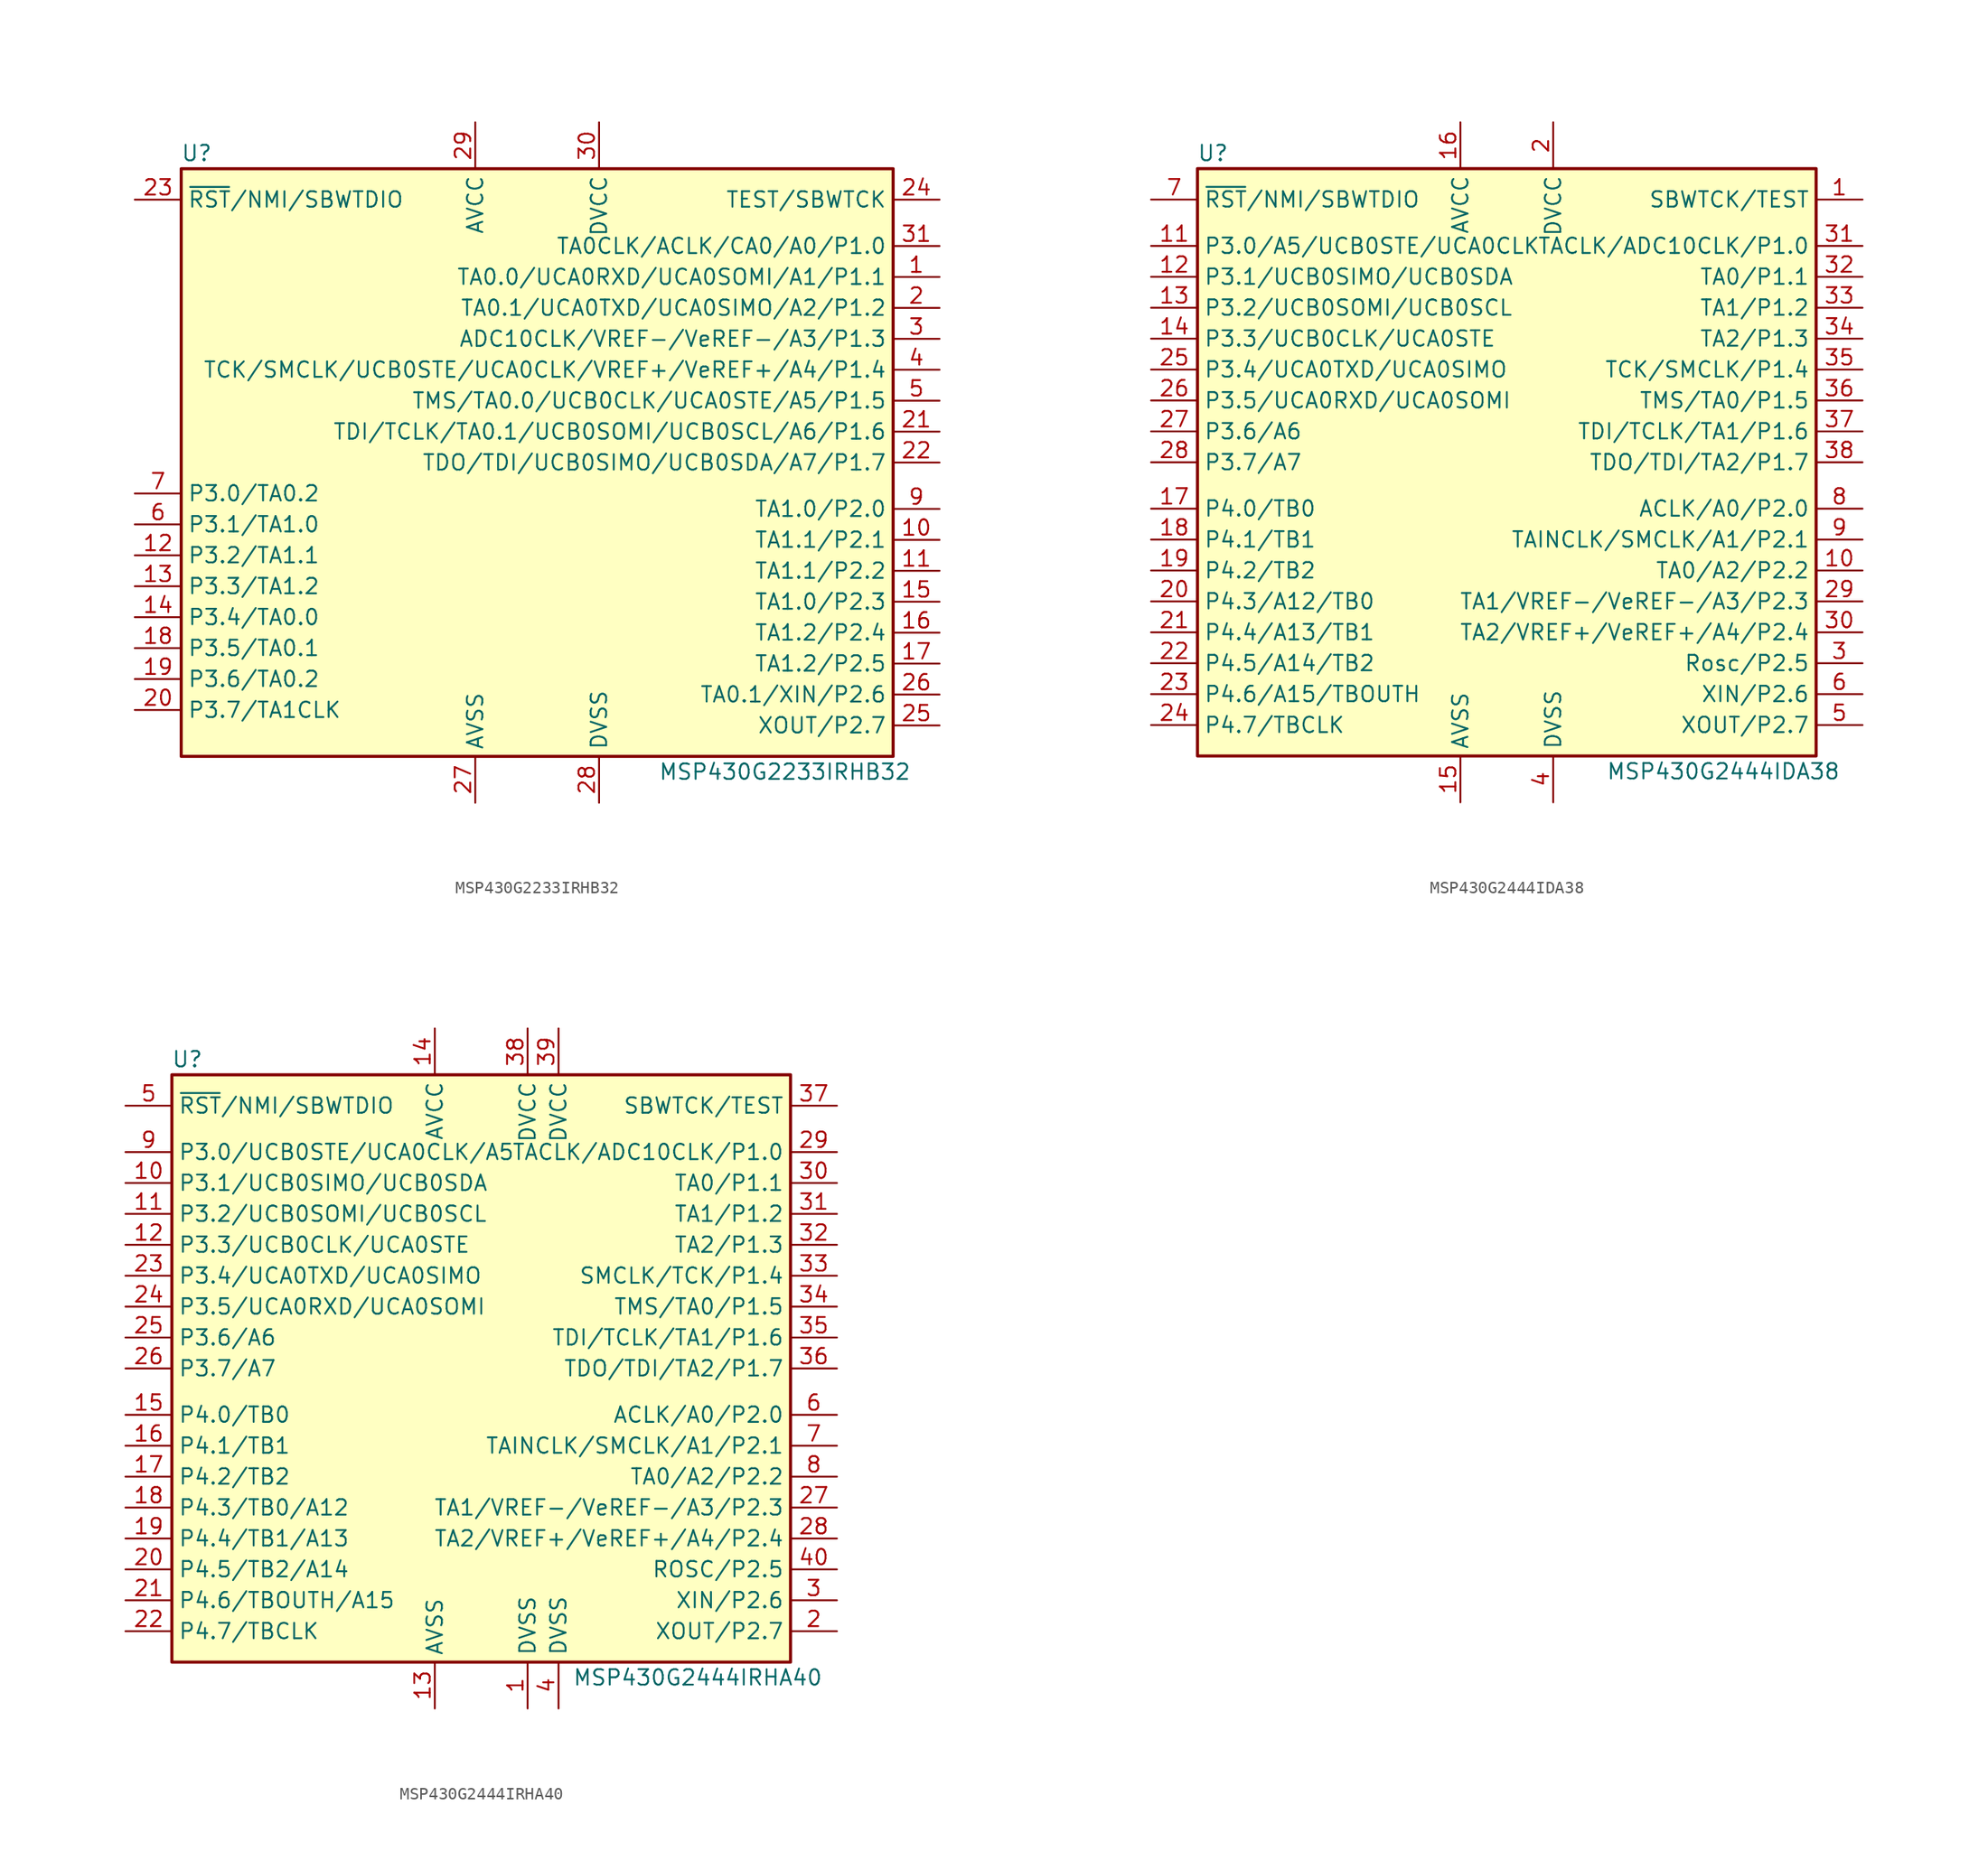
<source format=kicad_sym>
(kicad_symbol_lib
  (version 20241209)
  (generator "kicad_symbol_editor")
  (generator_version "9.0")
  (symbol "MSP430G2233IRHB32"
    (property "Reference" "U"
      (at -27.94 25.4 0)
      (effects (font (size 1.27 1.27))))
    (property "Value" "MSP430G2233IRHB32"
      (at 20.32 -25.4 0)
      (effects (font (size 1.27 1.27))))
    (symbol "MSP430G2233IRHB32_0_1"
      (rectangle (start -29.21 24.13) (end 29.21 -24.13) (stroke (width 0.254) (type default)) (fill (type background))))
    (symbol "MSP430G2233IRHB32_1_1"
      (pin input line (at -33.02 21.59 0) (length 3.81) (name "~{RST}/NMI/SBWTDIO" (effects (font (size 1.27 1.27)))) (number "23" (effects (font (size 1.27 1.27)))))
      (pin bidirectional line (at -33.02 -2.54 0) (length 3.81) (name "P3.0/TA0.2" (effects (font (size 1.27 1.27)))) (number "7" (effects (font (size 1.27 1.27)))))
      (pin bidirectional line (at -33.02 -5.08 0) (length 3.81) (name "P3.1/TA1.0" (effects (font (size 1.27 1.27)))) (number "6" (effects (font (size 1.27 1.27)))))
      (pin bidirectional line (at -33.02 -7.62 0) (length 3.81) (name "P3.2/TA1.1" (effects (font (size 1.27 1.27)))) (number "12" (effects (font (size 1.27 1.27)))))
      (pin bidirectional line (at -33.02 -10.16 0) (length 3.81) (name "P3.3/TA1.2" (effects (font (size 1.27 1.27)))) (number "13" (effects (font (size 1.27 1.27)))))
      (pin bidirectional line (at -33.02 -12.7 0) (length 3.81) (name "P3.4/TA0.0" (effects (font (size 1.27 1.27)))) (number "14" (effects (font (size 1.27 1.27)))))
      (pin bidirectional line (at -33.02 -15.24 0) (length 3.81) (name "P3.5/TA0.1" (effects (font (size 1.27 1.27)))) (number "18" (effects (font (size 1.27 1.27)))))
      (pin bidirectional line (at -33.02 -17.78 0) (length 3.81) (name "P3.6/TA0.2" (effects (font (size 1.27 1.27)))) (number "19" (effects (font (size 1.27 1.27)))))
      (pin bidirectional line (at -33.02 -20.32 0) (length 3.81) (name "P3.7/TA1CLK" (effects (font (size 1.27 1.27)))) (number "20" (effects (font (size 1.27 1.27)))))
      (pin power_in line (at -5.08 27.94 270) (length 3.81) (name "AVCC" (effects (font (size 1.27 1.27)))) (number "29" (effects (font (size 1.27 1.27)))))
      (pin power_in line (at -5.08 -27.94 90) (length 3.81) (name "AVSS" (effects (font (size 1.27 1.27)))) (number "27" (effects (font (size 1.27 1.27)))))
      (pin power_in line (at 5.08 27.94 270) (length 3.81) (name "DVCC" (effects (font (size 1.27 1.27)))) (number "30" (effects (font (size 1.27 1.27)))))
      (pin power_in line (at 5.08 -27.94 90) (length 3.81) (name "DVSS" (effects (font (size 1.27 1.27)))) (number "28" (effects (font (size 1.27 1.27)))))
      (pin input line (at 33.02 21.59 180) (length 3.81) (name "TEST/SBWTCK" (effects (font (size 1.27 1.27)))) (number "24" (effects (font (size 1.27 1.27)))))
      (pin bidirectional line (at 33.02 17.78 180) (length 3.81) (name "TA0CLK/ACLK/CA0/A0/P1.0" (effects (font (size 1.27 1.27)))) (number "31" (effects (font (size 1.27 1.27)))))
      (pin bidirectional line (at 33.02 15.24 180) (length 3.81) (name "TA0.0/UCA0RXD/UCA0SOMI/A1/P1.1" (effects (font (size 1.27 1.27)))) (number "1" (effects (font (size 1.27 1.27)))))
      (pin bidirectional line (at 33.02 12.7 180) (length 3.81) (name "TA0.1/UCA0TXD/UCA0SIMO/A2/P1.2" (effects (font (size 1.27 1.27)))) (number "2" (effects (font (size 1.27 1.27)))))
      (pin bidirectional line (at 33.02 10.16 180) (length 3.81) (name "ADC10CLK/VREF-/VeREF-/A3/P1.3" (effects (font (size 1.27 1.27)))) (number "3" (effects (font (size 1.27 1.27)))))
      (pin bidirectional line (at 33.02 7.62 180) (length 3.81) (name "TCK/SMCLK/UCB0STE/UCA0CLK/VREF+/VeREF+/A4/P1.4" (effects (font (size 1.27 1.27)))) (number "4" (effects (font (size 1.27 1.27)))))
      (pin bidirectional line (at 33.02 5.08 180) (length 3.81) (name "TMS/TA0.0/UCB0CLK/UCA0STE/A5/P1.5" (effects (font (size 1.27 1.27)))) (number "5" (effects (font (size 1.27 1.27)))))
      (pin bidirectional line (at 33.02 2.54 180) (length 3.81) (name "TDI/TCLK/TA0.1/UCB0SOMI/UCB0SCL/A6/P1.6" (effects (font (size 1.27 1.27)))) (number "21" (effects (font (size 1.27 1.27)))))
      (pin bidirectional line (at 33.02 0 180) (length 3.81) (name "TDO/TDI/UCB0SIMO/UCB0SDA/A7/P1.7" (effects (font (size 1.27 1.27)))) (number "22" (effects (font (size 1.27 1.27)))))
      (pin bidirectional line (at 33.02 -3.81 180) (length 3.81) (name "TA1.0/P2.0" (effects (font (size 1.27 1.27)))) (number "9" (effects (font (size 1.27 1.27)))))
      (pin bidirectional line (at 33.02 -6.35 180) (length 3.81) (name "TA1.1/P2.1" (effects (font (size 1.27 1.27)))) (number "10" (effects (font (size 1.27 1.27)))))
      (pin bidirectional line (at 33.02 -8.89 180) (length 3.81) (name "TA1.1/P2.2" (effects (font (size 1.27 1.27)))) (number "11" (effects (font (size 1.27 1.27)))))
      (pin bidirectional line (at 33.02 -11.43 180) (length 3.81) (name "TA1.0/P2.3" (effects (font (size 1.27 1.27)))) (number "15" (effects (font (size 1.27 1.27)))))
      (pin bidirectional line (at 33.02 -13.97 180) (length 3.81) (name "TA1.2/P2.4" (effects (font (size 1.27 1.27)))) (number "16" (effects (font (size 1.27 1.27)))))
      (pin bidirectional line (at 33.02 -16.51 180) (length 3.81) (name "TA1.2/P2.5" (effects (font (size 1.27 1.27)))) (number "17" (effects (font (size 1.27 1.27)))))
      (pin bidirectional line (at 33.02 -19.05 180) (length 3.81) (name "TA0.1/XIN/P2.6" (effects (font (size 1.27 1.27)))) (number "26" (effects (font (size 1.27 1.27)))))
      (pin bidirectional line (at 33.02 -21.59 180) (length 3.81) (name "XOUT/P2.7" (effects (font (size 1.27 1.27)))) (number "25" (effects (font (size 1.27 1.27)))))))
  (symbol "MSP430G2444IDA38"
    (property "Reference" "U"
      (at -24.13 25.4 0)
      (effects (font (size 1.27 1.27))))
    (property "Value" "MSP430G2444IDA38"
      (at 17.78 -25.4 0)
      (effects (font (size 1.27 1.27))))
    (symbol "MSP430G2444IDA38_0_1"
      (rectangle (start -25.4 24.13) (end 25.4 -24.13) (stroke (width 0.254) (type default)) (fill (type background))))
    (symbol "MSP430G2444IDA38_1_1"
      (pin input line (at -29.21 21.59 0) (length 3.81) (name "~{RST}/NMI/SBWTDIO" (effects (font (size 1.27 1.27)))) (number "7" (effects (font (size 1.27 1.27)))))
      (pin bidirectional line (at -29.21 17.78 0) (length 3.81) (name "P3.0/A5/UCB0STE/UCA0CLK" (effects (font (size 1.27 1.27)))) (number "11" (effects (font (size 1.27 1.27)))))
      (pin bidirectional line (at -29.21 15.24 0) (length 3.81) (name "P3.1/UCB0SIMO/UCB0SDA" (effects (font (size 1.27 1.27)))) (number "12" (effects (font (size 1.27 1.27)))))
      (pin bidirectional line (at -29.21 12.7 0) (length 3.81) (name "P3.2/UCB0SOMI/UCB0SCL" (effects (font (size 1.27 1.27)))) (number "13" (effects (font (size 1.27 1.27)))))
      (pin bidirectional line (at -29.21 10.16 0) (length 3.81) (name "P3.3/UCB0CLK/UCA0STE" (effects (font (size 1.27 1.27)))) (number "14" (effects (font (size 1.27 1.27)))))
      (pin bidirectional line (at -29.21 7.62 0) (length 3.81) (name "P3.4/UCA0TXD/UCA0SIMO" (effects (font (size 1.27 1.27)))) (number "25" (effects (font (size 1.27 1.27)))))
      (pin bidirectional line (at -29.21 5.08 0) (length 3.81) (name "P3.5/UCA0RXD/UCA0SOMI" (effects (font (size 1.27 1.27)))) (number "26" (effects (font (size 1.27 1.27)))))
      (pin bidirectional line (at -29.21 2.54 0) (length 3.81) (name "P3.6/A6" (effects (font (size 1.27 1.27)))) (number "27" (effects (font (size 1.27 1.27)))))
      (pin bidirectional line (at -29.21 0 0) (length 3.81) (name "P3.7/A7" (effects (font (size 1.27 1.27)))) (number "28" (effects (font (size 1.27 1.27)))))
      (pin bidirectional line (at -29.21 -3.81 0) (length 3.81) (name "P4.0/TB0" (effects (font (size 1.27 1.27)))) (number "17" (effects (font (size 1.27 1.27)))))
      (pin bidirectional line (at -29.21 -6.35 0) (length 3.81) (name "P4.1/TB1" (effects (font (size 1.27 1.27)))) (number "18" (effects (font (size 1.27 1.27)))))
      (pin bidirectional line (at -29.21 -8.89 0) (length 3.81) (name "P4.2/TB2" (effects (font (size 1.27 1.27)))) (number "19" (effects (font (size 1.27 1.27)))))
      (pin bidirectional line (at -29.21 -11.43 0) (length 3.81) (name "P4.3/A12/TB0" (effects (font (size 1.27 1.27)))) (number "20" (effects (font (size 1.27 1.27)))))
      (pin bidirectional line (at -29.21 -13.97 0) (length 3.81) (name "P4.4/A13/TB1" (effects (font (size 1.27 1.27)))) (number "21" (effects (font (size 1.27 1.27)))))
      (pin bidirectional line (at -29.21 -16.51 0) (length 3.81) (name "P4.5/A14/TB2" (effects (font (size 1.27 1.27)))) (number "22" (effects (font (size 1.27 1.27)))))
      (pin bidirectional line (at -29.21 -19.05 0) (length 3.81) (name "P4.6/A15/TBOUTH" (effects (font (size 1.27 1.27)))) (number "23" (effects (font (size 1.27 1.27)))))
      (pin bidirectional line (at -29.21 -21.59 0) (length 3.81) (name "P4.7/TBCLK" (effects (font (size 1.27 1.27)))) (number "24" (effects (font (size 1.27 1.27)))))
      (pin power_in line (at -3.81 27.94 270) (length 3.81) (name "AVCC" (effects (font (size 1.27 1.27)))) (number "16" (effects (font (size 1.27 1.27)))))
      (pin power_in line (at -3.81 -27.94 90) (length 3.81) (name "AVSS" (effects (font (size 1.27 1.27)))) (number "15" (effects (font (size 1.27 1.27)))))
      (pin power_in line (at 3.81 27.94 270) (length 3.81) (name "DVCC" (effects (font (size 1.27 1.27)))) (number "2" (effects (font (size 1.27 1.27)))))
      (pin power_in line (at 3.81 -27.94 90) (length 3.81) (name "DVSS" (effects (font (size 1.27 1.27)))) (number "4" (effects (font (size 1.27 1.27)))))
      (pin input line (at 29.21 21.59 180) (length 3.81) (name "SBWTCK/TEST" (effects (font (size 1.27 1.27)))) (number "1" (effects (font (size 1.27 1.27)))))
      (pin bidirectional line (at 29.21 17.78 180) (length 3.81) (name "TACLK/ADC10CLK/P1.0" (effects (font (size 1.27 1.27)))) (number "31" (effects (font (size 1.27 1.27)))))
      (pin bidirectional line (at 29.21 15.24 180) (length 3.81) (name "TA0/P1.1" (effects (font (size 1.27 1.27)))) (number "32" (effects (font (size 1.27 1.27)))))
      (pin bidirectional line (at 29.21 12.7 180) (length 3.81) (name "TA1/P1.2" (effects (font (size 1.27 1.27)))) (number "33" (effects (font (size 1.27 1.27)))))
      (pin bidirectional line (at 29.21 10.16 180) (length 3.81) (name "TA2/P1.3" (effects (font (size 1.27 1.27)))) (number "34" (effects (font (size 1.27 1.27)))))
      (pin bidirectional line (at 29.21 7.62 180) (length 3.81) (name "TCK/SMCLK/P1.4" (effects (font (size 1.27 1.27)))) (number "35" (effects (font (size 1.27 1.27)))))
      (pin bidirectional line (at 29.21 5.08 180) (length 3.81) (name "TMS/TA0/P1.5" (effects (font (size 1.27 1.27)))) (number "36" (effects (font (size 1.27 1.27)))))
      (pin bidirectional line (at 29.21 2.54 180) (length 3.81) (name "TDI/TCLK/TA1/P1.6" (effects (font (size 1.27 1.27)))) (number "37" (effects (font (size 1.27 1.27)))))
      (pin bidirectional line (at 29.21 0 180) (length 3.81) (name "TDO/TDI/TA2/P1.7" (effects (font (size 1.27 1.27)))) (number "38" (effects (font (size 1.27 1.27)))))
      (pin bidirectional line (at 29.21 -3.81 180) (length 3.81) (name "ACLK/A0/P2.0" (effects (font (size 1.27 1.27)))) (number "8" (effects (font (size 1.27 1.27)))))
      (pin bidirectional line (at 29.21 -6.35 180) (length 3.81) (name "TAINCLK/SMCLK/A1/P2.1" (effects (font (size 1.27 1.27)))) (number "9" (effects (font (size 1.27 1.27)))))
      (pin bidirectional line (at 29.21 -8.89 180) (length 3.81) (name "TA0/A2/P2.2" (effects (font (size 1.27 1.27)))) (number "10" (effects (font (size 1.27 1.27)))))
      (pin bidirectional line (at 29.21 -11.43 180) (length 3.81) (name "TA1/VREF-/VeREF-/A3/P2.3" (effects (font (size 1.27 1.27)))) (number "29" (effects (font (size 1.27 1.27)))))
      (pin bidirectional line (at 29.21 -13.97 180) (length 3.81) (name "TA2/VREF+/VeREF+/A4/P2.4" (effects (font (size 1.27 1.27)))) (number "30" (effects (font (size 1.27 1.27)))))
      (pin bidirectional line (at 29.21 -16.51 180) (length 3.81) (name "Rosc/P2.5" (effects (font (size 1.27 1.27)))) (number "3" (effects (font (size 1.27 1.27)))))
      (pin bidirectional line (at 29.21 -19.05 180) (length 3.81) (name "XIN/P2.6" (effects (font (size 1.27 1.27)))) (number "6" (effects (font (size 1.27 1.27)))))
      (pin bidirectional line (at 29.21 -21.59 180) (length 3.81) (name "XOUT/P2.7" (effects (font (size 1.27 1.27)))) (number "5" (effects (font (size 1.27 1.27)))))))
  (symbol "MSP430G2444IRHA40"
    (property "Reference" "U"
      (at -24.13 25.4 0)
      (effects (font (size 1.27 1.27))))
    (property "Value" "MSP430G2444IRHA40"
      (at 17.78 -25.4 0)
      (effects (font (size 1.27 1.27))))
    (symbol "MSP430G2444IRHA40_0_1"
      (rectangle (start -25.4 24.13) (end 25.4 -24.13) (stroke (width 0.254) (type default)) (fill (type background))))
    (symbol "MSP430G2444IRHA40_1_1"
      (pin input line (at -29.21 21.59 0) (length 3.81) (name "~{RST}/NMI/SBWTDIO" (effects (font (size 1.27 1.27)))) (number "5" (effects (font (size 1.27 1.27)))))
      (pin bidirectional line (at -29.21 17.78 0) (length 3.81) (name "P3.0/UCB0STE/UCA0CLK/A5" (effects (font (size 1.27 1.27)))) (number "9" (effects (font (size 1.27 1.27)))))
      (pin bidirectional line (at -29.21 15.24 0) (length 3.81) (name "P3.1/UCB0SIMO/UCB0SDA" (effects (font (size 1.27 1.27)))) (number "10" (effects (font (size 1.27 1.27)))))
      (pin bidirectional line (at -29.21 12.7 0) (length 3.81) (name "P3.2/UCB0SOMI/UCB0SCL" (effects (font (size 1.27 1.27)))) (number "11" (effects (font (size 1.27 1.27)))))
      (pin bidirectional line (at -29.21 10.16 0) (length 3.81) (name "P3.3/UCB0CLK/UCA0STE" (effects (font (size 1.27 1.27)))) (number "12" (effects (font (size 1.27 1.27)))))
      (pin bidirectional line (at -29.21 7.62 0) (length 3.81) (name "P3.4/UCA0TXD/UCA0SIMO" (effects (font (size 1.27 1.27)))) (number "23" (effects (font (size 1.27 1.27)))))
      (pin bidirectional line (at -29.21 5.08 0) (length 3.81) (name "P3.5/UCA0RXD/UCA0SOMI" (effects (font (size 1.27 1.27)))) (number "24" (effects (font (size 1.27 1.27)))))
      (pin bidirectional line (at -29.21 2.54 0) (length 3.81) (name "P3.6/A6" (effects (font (size 1.27 1.27)))) (number "25" (effects (font (size 1.27 1.27)))))
      (pin bidirectional line (at -29.21 0 0) (length 3.81) (name "P3.7/A7" (effects (font (size 1.27 1.27)))) (number "26" (effects (font (size 1.27 1.27)))))
      (pin bidirectional line (at -29.21 -3.81 0) (length 3.81) (name "P4.0/TB0" (effects (font (size 1.27 1.27)))) (number "15" (effects (font (size 1.27 1.27)))))
      (pin bidirectional line (at -29.21 -6.35 0) (length 3.81) (name "P4.1/TB1" (effects (font (size 1.27 1.27)))) (number "16" (effects (font (size 1.27 1.27)))))
      (pin bidirectional line (at -29.21 -8.89 0) (length 3.81) (name "P4.2/TB2" (effects (font (size 1.27 1.27)))) (number "17" (effects (font (size 1.27 1.27)))))
      (pin bidirectional line (at -29.21 -11.43 0) (length 3.81) (name "P4.3/TB0/A12" (effects (font (size 1.27 1.27)))) (number "18" (effects (font (size 1.27 1.27)))))
      (pin bidirectional line (at -29.21 -13.97 0) (length 3.81) (name "P4.4/TB1/A13" (effects (font (size 1.27 1.27)))) (number "19" (effects (font (size 1.27 1.27)))))
      (pin bidirectional line (at -29.21 -16.51 0) (length 3.81) (name "P4.5/TB2/A14" (effects (font (size 1.27 1.27)))) (number "20" (effects (font (size 1.27 1.27)))))
      (pin bidirectional line (at -29.21 -19.05 0) (length 3.81) (name "P4.6/TBOUTH/A15" (effects (font (size 1.27 1.27)))) (number "21" (effects (font (size 1.27 1.27)))))
      (pin bidirectional line (at -29.21 -21.59 0) (length 3.81) (name "P4.7/TBCLK" (effects (font (size 1.27 1.27)))) (number "22" (effects (font (size 1.27 1.27)))))
      (pin power_in line (at -3.81 27.94 270) (length 3.81) (name "AVCC" (effects (font (size 1.27 1.27)))) (number "14" (effects (font (size 1.27 1.27)))))
      (pin power_in line (at -3.81 -27.94 90) (length 3.81) (name "AVSS" (effects (font (size 1.27 1.27)))) (number "13" (effects (font (size 1.27 1.27)))))
      (pin power_in line (at 3.81 27.94 270) (length 3.81) (name "DVCC" (effects (font (size 1.27 1.27)))) (number "38" (effects (font (size 1.27 1.27)))))
      (pin power_in line (at 3.81 -27.94 90) (length 3.81) (name "DVSS" (effects (font (size 1.27 1.27)))) (number "1" (effects (font (size 1.27 1.27)))))
      (pin power_in line (at 6.35 27.94 270) (length 3.81) (name "DVCC" (effects (font (size 1.27 1.27)))) (number "39" (effects (font (size 1.27 1.27)))))
      (pin power_in line (at 6.35 -27.94 90) (length 3.81) (name "DVSS" (effects (font (size 1.27 1.27)))) (number "4" (effects (font (size 1.27 1.27)))))
      (pin input line (at 29.21 21.59 180) (length 3.81) (name "SBWTCK/TEST" (effects (font (size 1.27 1.27)))) (number "37" (effects (font (size 1.27 1.27)))))
      (pin bidirectional line (at 29.21 17.78 180) (length 3.81) (name "TACLK/ADC10CLK/P1.0" (effects (font (size 1.27 1.27)))) (number "29" (effects (font (size 1.27 1.27)))))
      (pin bidirectional line (at 29.21 15.24 180) (length 3.81) (name "TA0/P1.1" (effects (font (size 1.27 1.27)))) (number "30" (effects (font (size 1.27 1.27)))))
      (pin bidirectional line (at 29.21 12.7 180) (length 3.81) (name "TA1/P1.2" (effects (font (size 1.27 1.27)))) (number "31" (effects (font (size 1.27 1.27)))))
      (pin bidirectional line (at 29.21 10.16 180) (length 3.81) (name "TA2/P1.3" (effects (font (size 1.27 1.27)))) (number "32" (effects (font (size 1.27 1.27)))))
      (pin bidirectional line (at 29.21 7.62 180) (length 3.81) (name "SMCLK/TCK/P1.4" (effects (font (size 1.27 1.27)))) (number "33" (effects (font (size 1.27 1.27)))))
      (pin bidirectional line (at 29.21 5.08 180) (length 3.81) (name "TMS/TA0/P1.5" (effects (font (size 1.27 1.27)))) (number "34" (effects (font (size 1.27 1.27)))))
      (pin bidirectional line (at 29.21 2.54 180) (length 3.81) (name "TDI/TCLK/TA1/P1.6" (effects (font (size 1.27 1.27)))) (number "35" (effects (font (size 1.27 1.27)))))
      (pin bidirectional line (at 29.21 0 180) (length 3.81) (name "TDO/TDI/TA2/P1.7" (effects (font (size 1.27 1.27)))) (number "36" (effects (font (size 1.27 1.27)))))
      (pin bidirectional line (at 29.21 -3.81 180) (length 3.81) (name "ACLK/A0/P2.0" (effects (font (size 1.27 1.27)))) (number "6" (effects (font (size 1.27 1.27)))))
      (pin bidirectional line (at 29.21 -6.35 180) (length 3.81) (name "TAINCLK/SMCLK/A1/P2.1" (effects (font (size 1.27 1.27)))) (number "7" (effects (font (size 1.27 1.27)))))
      (pin bidirectional line (at 29.21 -8.89 180) (length 3.81) (name "TA0/A2/P2.2" (effects (font (size 1.27 1.27)))) (number "8" (effects (font (size 1.27 1.27)))))
      (pin bidirectional line (at 29.21 -11.43 180) (length 3.81) (name "TA1/VREF-/VeREF-/A3/P2.3" (effects (font (size 1.27 1.27)))) (number "27" (effects (font (size 1.27 1.27)))))
      (pin bidirectional line (at 29.21 -13.97 180) (length 3.81) (name "TA2/VREF+/VeREF+/A4/P2.4" (effects (font (size 1.27 1.27)))) (number "28" (effects (font (size 1.27 1.27)))))
      (pin bidirectional line (at 29.21 -16.51 180) (length 3.81) (name "ROSC/P2.5" (effects (font (size 1.27 1.27)))) (number "40" (effects (font (size 1.27 1.27)))))
      (pin bidirectional line (at 29.21 -19.05 180) (length 3.81) (name "XIN/P2.6" (effects (font (size 1.27 1.27)))) (number "3" (effects (font (size 1.27 1.27)))))
      (pin bidirectional line (at 29.21 -21.59 180) (length 3.81) (name "XOUT/P2.7" (effects (font (size 1.27 1.27)))) (number "2" (effects (font (size 1.27 1.27))))))))
</source>
